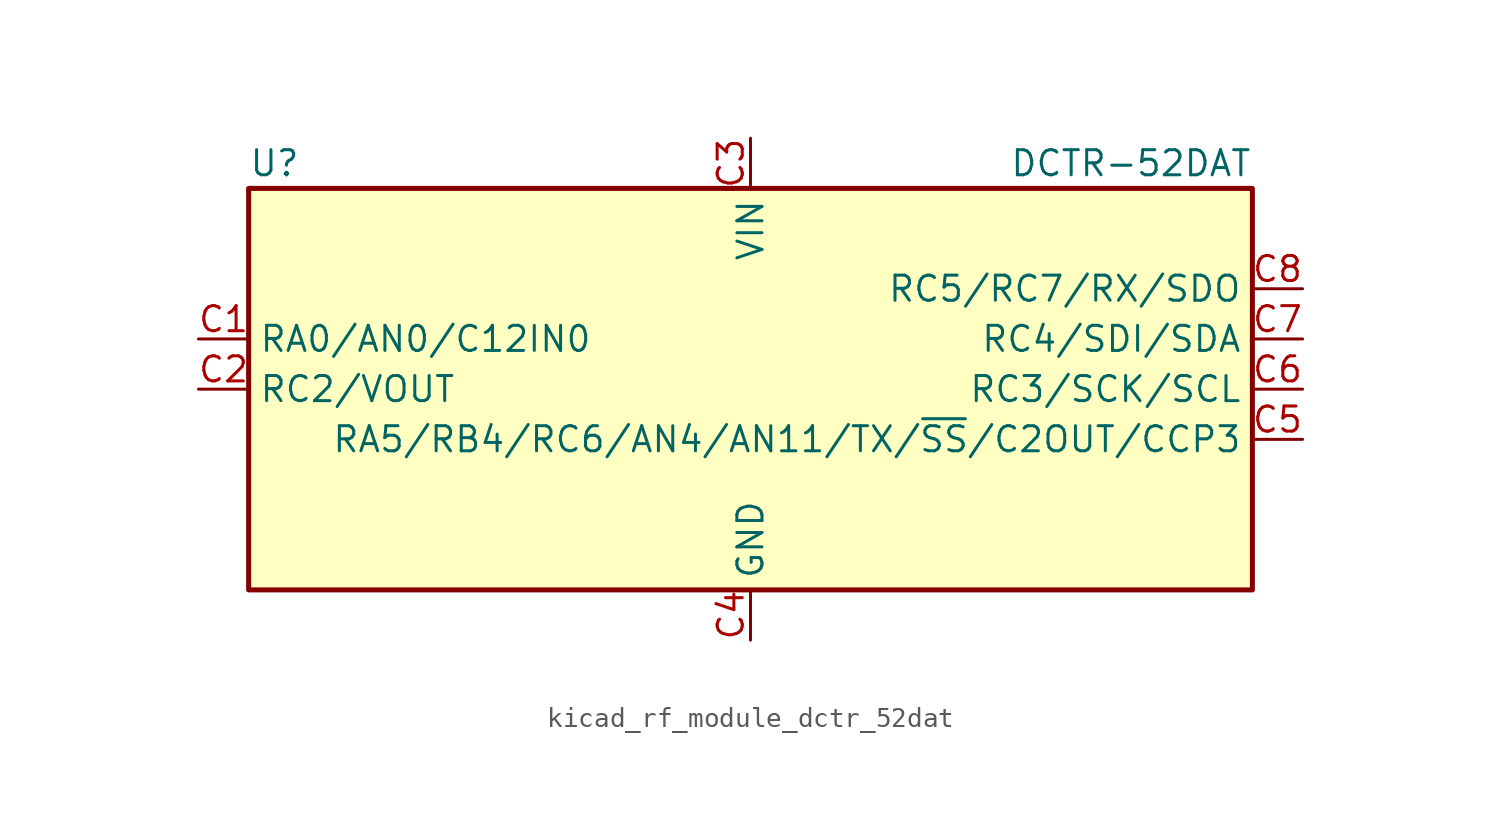
<source format=kicad_sym>
(kicad_symbol_lib
  (version 20220914)
  (generator kicad_symbol_editor)
  (symbol "kicad_rf_module_dctr_52dat"
    (property "Reference" "U"
      (at -25.4 11.43 0)
      (effects (font (size 1.27 1.27)) (justify left)))
    (property "Value" "DCTR-52DAT"
      (at 25.4 11.43 0)
      (effects (font (size 1.27 1.27)) (justify right)))
    (symbol "kicad_rf_module_dctr_52dat_0_1"
      (rectangle (start -25.4 10.16) (end 25.4 -10.16) (stroke (width 0.254) (type default)) (fill (type background))))
    (symbol "kicad_rf_module_dctr_52dat_1_1"
      (pin bidirectional line (at -27.94 2.54 0) (length 2.54) (name "RA0/AN0/C12IN0" (effects (font (size 1.27 1.27)))) (number "C1" (effects (font (size 1.27 1.27)))))
      (pin bidirectional line (at -27.94 0 0) (length 2.54) (name "RC2/VOUT" (effects (font (size 1.27 1.27)))) (number "C2" (effects (font (size 1.27 1.27)))))
      (pin power_in line (at 0 12.7 270) (length 2.54) (name "VIN" (effects (font (size 1.27 1.27)))) (number "C3" (effects (font (size 1.27 1.27)))))
      (pin power_in line (at 0 -12.7 90) (length 2.54) (name "GND" (effects (font (size 1.27 1.27)))) (number "C4" (effects (font (size 1.27 1.27)))))
      (pin bidirectional line (at 27.94 -2.54 180) (length 2.54) (name "RA5/RB4/RC6/AN4/AN11/TX/~{SS}/C2OUT/CCP3" (effects (font (size 1.27 1.27)))) (number "C5" (effects (font (size 1.27 1.27)))))
      (pin bidirectional line (at 27.94 0 180) (length 2.54) (name "RC3/SCK/SCL" (effects (font (size 1.27 1.27)))) (number "C6" (effects (font (size 1.27 1.27)))))
      (pin bidirectional line (at 27.94 2.54 180) (length 2.54) (name "RC4/SDI/SDA" (effects (font (size 1.27 1.27)))) (number "C7" (effects (font (size 1.27 1.27)))))
      (pin bidirectional line (at 27.94 5.08 180) (length 2.54) (name "RC5/RC7/RX/SDO" (effects (font (size 1.27 1.27)))) (number "C8" (effects (font (size 1.27 1.27))))))))
</source>
